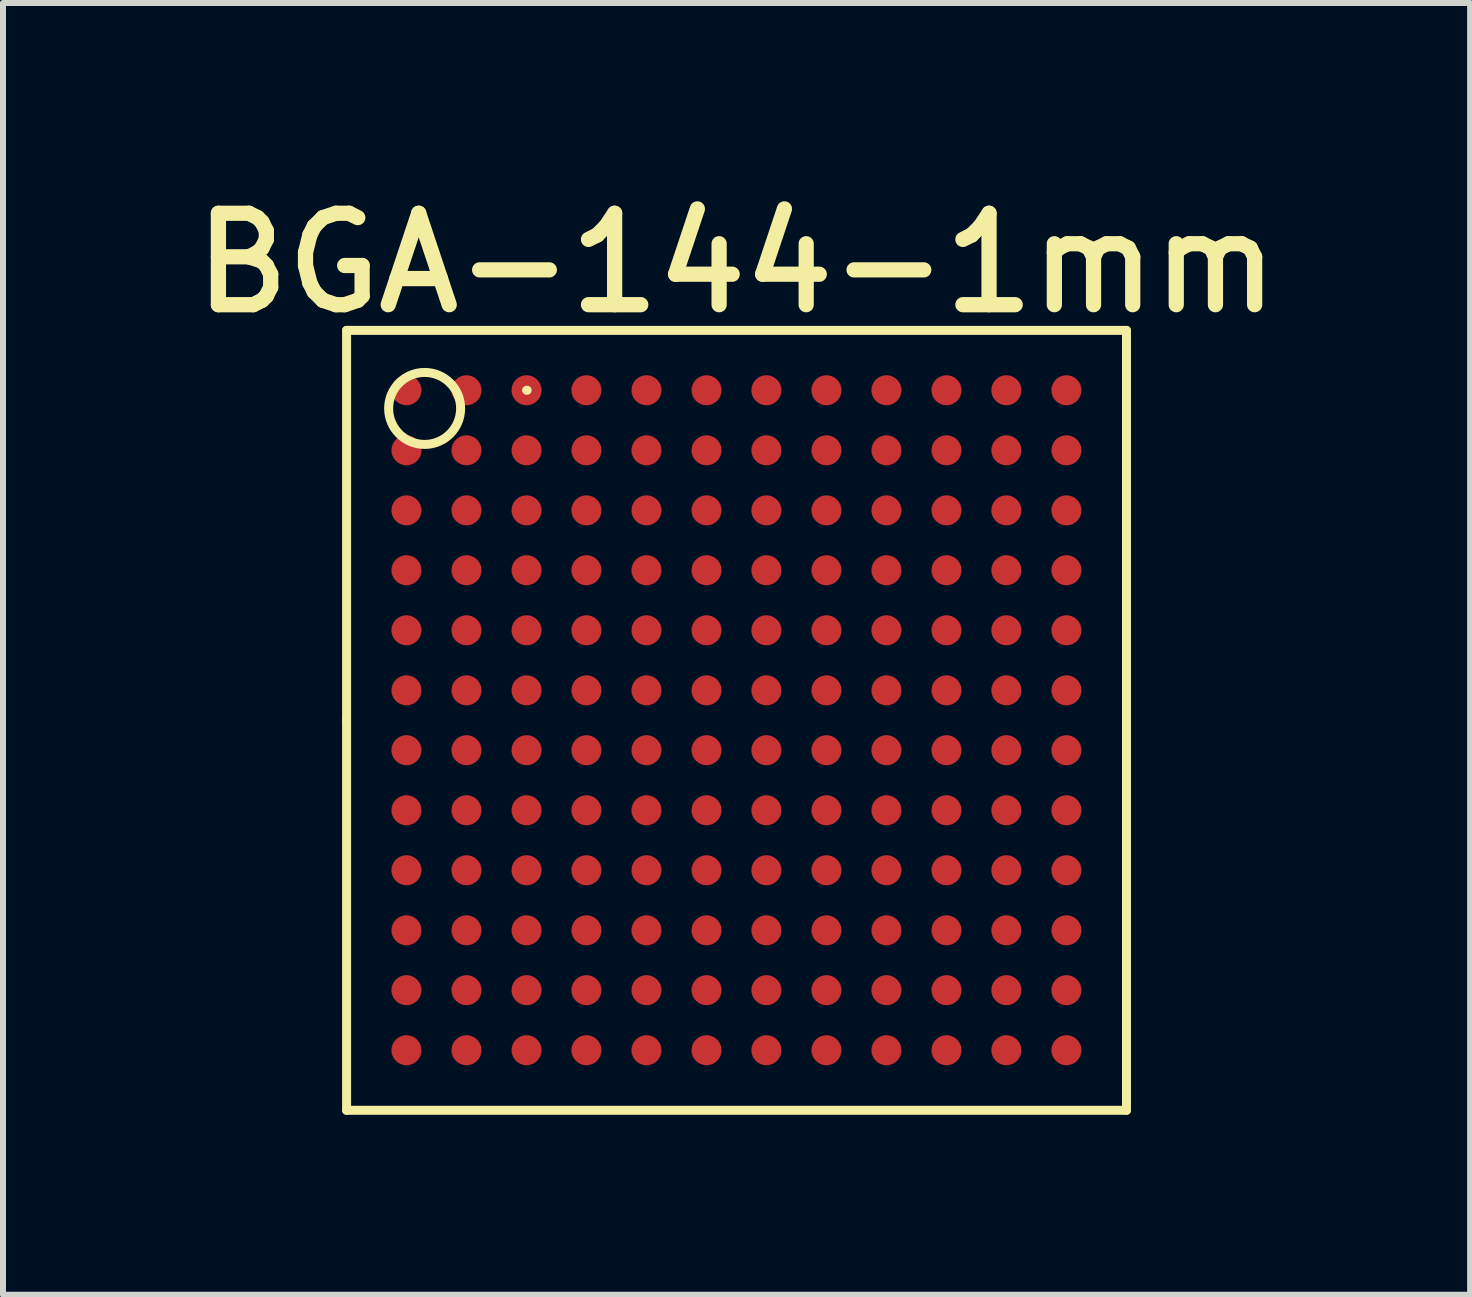
<source format=kicad_pcb>
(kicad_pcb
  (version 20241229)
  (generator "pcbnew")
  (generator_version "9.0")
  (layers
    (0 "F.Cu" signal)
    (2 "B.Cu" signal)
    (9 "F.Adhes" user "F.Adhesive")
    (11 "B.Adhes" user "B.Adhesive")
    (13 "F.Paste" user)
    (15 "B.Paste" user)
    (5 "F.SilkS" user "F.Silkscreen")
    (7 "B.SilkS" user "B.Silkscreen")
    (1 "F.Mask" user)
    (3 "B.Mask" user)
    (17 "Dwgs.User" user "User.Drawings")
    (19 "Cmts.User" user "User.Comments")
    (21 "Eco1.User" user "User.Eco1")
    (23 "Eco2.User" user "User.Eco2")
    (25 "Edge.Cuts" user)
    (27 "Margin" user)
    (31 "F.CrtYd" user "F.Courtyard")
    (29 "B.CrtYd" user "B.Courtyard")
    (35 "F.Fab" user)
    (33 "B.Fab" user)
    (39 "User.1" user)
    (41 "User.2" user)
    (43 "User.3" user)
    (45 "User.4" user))
  (footprint "BGA-144-1mm"
    (layer "F.Cu")
    (at 9.227 8.957)
    (property "Reference" "BGA-144-1mm" (at 0 -7.62 0) (layer "F.SilkS") (effects (font (size 1.524 1.524) (thickness 0.254))))
    (attr smd)
    (fp_line (start -6.5 -6.5) (end 6.5 -6.5) (stroke (width 0.15) (type solid)) (layer "F.SilkS"))
    (fp_line (start -6.5 0) (end -6.5 -6.5) (stroke (width 0.15) (type solid)) (layer "F.SilkS"))
    (fp_line (start -6.5 6.5) (end -6.5 0) (stroke (width 0.15) (type solid)) (layer "F.SilkS"))
    (fp_line (start -3.5 -5.502) (end -3.49 -5.502) (stroke (width 0.15) (type solid)) (layer "F.SilkS"))
    (fp_line (start 6.5 -6.5) (end 6.5 6.5) (stroke (width 0.15) (type solid)) (layer "F.SilkS"))
    (fp_line (start 6.5 6.5) (end -6.5 6.5) (stroke (width 0.15) (type solid)) (layer "F.SilkS"))
    (fp_circle (center -5.199 -5.199) (end -5.199 -5.799) (stroke (width 0.15) (type solid)) (fill no) (layer "F.SilkS"))
    (pad "A1" smd circle (at -5.502 -5.502) (size 0.5 0.5) (layers "F.Cu" "F.Mask" "F.Paste"))
    (pad "A2" smd circle (at -4.501 -5.502) (size 0.5 0.5) (layers "F.Cu" "F.Mask" "F.Paste"))
    (pad "A3" smd circle (at -3.5 -5.502) (size 0.5 0.5) (layers "F.Cu" "F.Mask" "F.Paste"))
    (pad "A4" smd circle (at -2.502 -5.502) (size 0.5 0.5) (layers "F.Cu" "F.Mask" "F.Paste"))
    (pad "A5" smd circle (at -1.501 -5.502) (size 0.5 0.5) (layers "F.Cu" "F.Mask" "F.Paste"))
    (pad "A6" smd circle (at -0.5 -5.502) (size 0.5 0.5) (layers "F.Cu" "F.Mask" "F.Paste"))
    (pad "A7" smd circle (at 0.498 -5.502) (size 0.5 0.5) (layers "F.Cu" "F.Mask" "F.Paste"))
    (pad "A8" smd circle (at 1.499 -5.502) (size 0.5 0.5) (layers "F.Cu" "F.Mask" "F.Paste"))
    (pad "A9" smd circle (at 2.499 -5.502) (size 0.5 0.5) (layers "F.Cu" "F.Mask" "F.Paste"))
    (pad "A10" smd circle (at 3.5 -5.502) (size 0.5 0.5) (layers "F.Cu" "F.Mask" "F.Paste"))
    (pad "A11" smd circle (at 4.498 -5.502) (size 0.5 0.5) (layers "F.Cu" "F.Mask" "F.Paste"))
    (pad "A12" smd circle (at 5.499 -5.502) (size 0.5 0.5) (layers "F.Cu" "F.Mask" "F.Paste"))
    (pad "B1" smd circle (at -5.502 -4.501) (size 0.5 0.5) (layers "F.Cu" "F.Mask" "F.Paste"))
    (pad "B2" smd circle (at -4.501 -4.501) (size 0.5 0.5) (layers "F.Cu" "F.Mask" "F.Paste"))
    (pad "B3" smd circle (at -3.5 -4.501) (size 0.5 0.5) (layers "F.Cu" "F.Mask" "F.Paste"))
    (pad "B4" smd circle (at -2.502 -4.501) (size 0.5 0.5) (layers "F.Cu" "F.Mask" "F.Paste"))
    (pad "B5" smd circle (at -1.501 -4.501) (size 0.5 0.5) (layers "F.Cu" "F.Mask" "F.Paste"))
    (pad "B6" smd circle (at -0.5 -4.501) (size 0.5 0.5) (layers "F.Cu" "F.Mask" "F.Paste"))
    (pad "B7" smd circle (at 0.498 -4.501) (size 0.5 0.5) (layers "F.Cu" "F.Mask" "F.Paste"))
    (pad "B8" smd circle (at 1.499 -4.501) (size 0.5 0.5) (layers "F.Cu" "F.Mask" "F.Paste"))
    (pad "B9" smd circle (at 2.499 -4.501) (size 0.5 0.5) (layers "F.Cu" "F.Mask" "F.Paste"))
    (pad "B10" smd circle (at 3.5 -4.501) (size 0.5 0.5) (layers "F.Cu" "F.Mask" "F.Paste"))
    (pad "B11" smd circle (at 4.498 -4.501) (size 0.5 0.5) (layers "F.Cu" "F.Mask" "F.Paste"))
    (pad "B12" smd circle (at 5.499 -4.501) (size 0.5 0.5) (layers "F.Cu" "F.Mask" "F.Paste"))
    (pad "C1" smd circle (at -5.502 -3.5) (size 0.5 0.5) (layers "F.Cu" "F.Mask" "F.Paste"))
    (pad "C2" smd circle (at -4.501 -3.5) (size 0.5 0.5) (layers "F.Cu" "F.Mask" "F.Paste"))
    (pad "C3" smd circle (at -3.5 -3.5) (size 0.5 0.5) (layers "F.Cu" "F.Mask" "F.Paste"))
    (pad "C4" smd circle (at -2.502 -3.5) (size 0.5 0.5) (layers "F.Cu" "F.Mask" "F.Paste"))
    (pad "C5" smd circle (at -1.501 -3.5) (size 0.5 0.5) (layers "F.Cu" "F.Mask" "F.Paste"))
    (pad "C6" smd circle (at -0.5 -3.5) (size 0.5 0.5) (layers "F.Cu" "F.Mask" "F.Paste"))
    (pad "C7" smd circle (at 0.498 -3.5) (size 0.5 0.5) (layers "F.Cu" "F.Mask" "F.Paste"))
    (pad "C8" smd circle (at 1.499 -3.5) (size 0.5 0.5) (layers "F.Cu" "F.Mask" "F.Paste"))
    (pad "C9" smd circle (at 2.499 -3.5) (size 0.5 0.5) (layers "F.Cu" "F.Mask" "F.Paste"))
    (pad "C10" smd circle (at 3.5 -3.5) (size 0.5 0.5) (layers "F.Cu" "F.Mask" "F.Paste"))
    (pad "C11" smd circle (at 4.498 -3.5) (size 0.5 0.5) (layers "F.Cu" "F.Mask" "F.Paste"))
    (pad "C12" smd circle (at 5.499 -3.5) (size 0.5 0.5) (layers "F.Cu" "F.Mask" "F.Paste"))
    (pad "D1" smd circle (at -5.502 -2.502) (size 0.5 0.5) (layers "F.Cu" "F.Mask" "F.Paste"))
    (pad "D2" smd circle (at -4.501 -2.502) (size 0.5 0.5) (layers "F.Cu" "F.Mask" "F.Paste"))
    (pad "D3" smd circle (at -3.5 -2.502) (size 0.5 0.5) (layers "F.Cu" "F.Mask" "F.Paste"))
    (pad "D4" smd circle (at -2.502 -2.502) (size 0.5 0.5) (layers "F.Cu" "F.Mask" "F.Paste"))
    (pad "D5" smd circle (at -1.501 -2.502) (size 0.5 0.5) (layers "F.Cu" "F.Mask" "F.Paste"))
    (pad "D6" smd circle (at -0.5 -2.502) (size 0.5 0.5) (layers "F.Cu" "F.Mask" "F.Paste"))
    (pad "D7" smd circle (at 0.498 -2.502) (size 0.5 0.5) (layers "F.Cu" "F.Mask" "F.Paste"))
    (pad "D8" smd circle (at 1.499 -2.502) (size 0.5 0.5) (layers "F.Cu" "F.Mask" "F.Paste"))
    (pad "D9" smd circle (at 2.499 -2.502) (size 0.5 0.5) (layers "F.Cu" "F.Mask" "F.Paste"))
    (pad "D10" smd circle (at 3.5 -2.502) (size 0.5 0.5) (layers "F.Cu" "F.Mask" "F.Paste"))
    (pad "D11" smd circle (at 4.498 -2.502) (size 0.5 0.5) (layers "F.Cu" "F.Mask" "F.Paste"))
    (pad "D12" smd circle (at 5.499 -2.502) (size 0.5 0.5) (layers "F.Cu" "F.Mask" "F.Paste"))
    (pad "E1" smd circle (at -5.502 -1.501) (size 0.5 0.5) (layers "F.Cu" "F.Mask" "F.Paste"))
    (pad "E2" smd circle (at -4.501 -1.501) (size 0.5 0.5) (layers "F.Cu" "F.Mask" "F.Paste"))
    (pad "E3" smd circle (at -3.5 -1.501) (size 0.5 0.5) (layers "F.Cu" "F.Mask" "F.Paste"))
    (pad "E4" smd circle (at -2.502 -1.501) (size 0.5 0.5) (layers "F.Cu" "F.Mask" "F.Paste"))
    (pad "E5" smd circle (at -1.501 -1.501) (size 0.5 0.5) (layers "F.Cu" "F.Mask" "F.Paste"))
    (pad "E6" smd circle (at -0.5 -1.501) (size 0.5 0.5) (layers "F.Cu" "F.Mask" "F.Paste"))
    (pad "E7" smd circle (at 0.498 -1.501) (size 0.5 0.5) (layers "F.Cu" "F.Mask" "F.Paste"))
    (pad "E8" smd circle (at 1.499 -1.501) (size 0.5 0.5) (layers "F.Cu" "F.Mask" "F.Paste"))
    (pad "E9" smd circle (at 2.499 -1.501) (size 0.5 0.5) (layers "F.Cu" "F.Mask" "F.Paste"))
    (pad "E10" smd circle (at 3.5 -1.501) (size 0.5 0.5) (layers "F.Cu" "F.Mask" "F.Paste"))
    (pad "E11" smd circle (at 4.498 -1.501) (size 0.5 0.5) (layers "F.Cu" "F.Mask" "F.Paste"))
    (pad "E12" smd circle (at 5.499 -1.501) (size 0.5 0.5) (layers "F.Cu" "F.Mask" "F.Paste"))
    (pad "F1" smd circle (at -5.502 -0.5) (size 0.5 0.5) (layers "F.Cu" "F.Mask" "F.Paste"))
    (pad "F2" smd circle (at -4.501 -0.5) (size 0.5 0.5) (layers "F.Cu" "F.Mask" "F.Paste"))
    (pad "F3" smd circle (at -3.5 -0.5) (size 0.5 0.5) (layers "F.Cu" "F.Mask" "F.Paste"))
    (pad "F4" smd circle (at -2.502 -0.5) (size 0.5 0.5) (layers "F.Cu" "F.Mask" "F.Paste"))
    (pad "F5" smd circle (at -1.501 -0.5) (size 0.5 0.5) (layers "F.Cu" "F.Mask" "F.Paste"))
    (pad "F6" smd circle (at -0.5 -0.5) (size 0.5 0.5) (layers "F.Cu" "F.Mask" "F.Paste"))
    (pad "F7" smd circle (at 0.498 -0.5) (size 0.5 0.5) (layers "F.Cu" "F.Mask" "F.Paste"))
    (pad "F8" smd circle (at 1.499 -0.5) (size 0.5 0.5) (layers "F.Cu" "F.Mask" "F.Paste"))
    (pad "F9" smd circle (at 2.499 -0.5) (size 0.5 0.5) (layers "F.Cu" "F.Mask" "F.Paste"))
    (pad "F10" smd circle (at 3.5 -0.5) (size 0.5 0.5) (layers "F.Cu" "F.Mask" "F.Paste"))
    (pad "F11" smd circle (at 4.498 -0.5) (size 0.5 0.5) (layers "F.Cu" "F.Mask" "F.Paste"))
    (pad "F12" smd circle (at 5.499 -0.5) (size 0.5 0.5) (layers "F.Cu" "F.Mask" "F.Paste"))
    (pad "G1" smd circle (at -5.502 0.498) (size 0.5 0.5) (layers "F.Cu" "F.Mask" "F.Paste"))
    (pad "G2" smd circle (at -4.501 0.498) (size 0.5 0.5) (layers "F.Cu" "F.Mask" "F.Paste"))
    (pad "G3" smd circle (at -3.5 0.498) (size 0.5 0.5) (layers "F.Cu" "F.Mask" "F.Paste"))
    (pad "G4" smd circle (at -2.502 0.498) (size 0.5 0.5) (layers "F.Cu" "F.Mask" "F.Paste"))
    (pad "G5" smd circle (at -1.501 0.498) (size 0.5 0.5) (layers "F.Cu" "F.Mask" "F.Paste"))
    (pad "G6" smd circle (at -0.5 0.498) (size 0.5 0.5) (layers "F.Cu" "F.Mask" "F.Paste"))
    (pad "G7" smd circle (at 0.498 0.498) (size 0.5 0.5) (layers "F.Cu" "F.Mask" "F.Paste"))
    (pad "G8" smd circle (at 1.499 0.498) (size 0.5 0.5) (layers "F.Cu" "F.Mask" "F.Paste"))
    (pad "G9" smd circle (at 2.499 0.498) (size 0.5 0.5) (layers "F.Cu" "F.Mask" "F.Paste"))
    (pad "G10" smd circle (at 3.5 0.498) (size 0.5 0.5) (layers "F.Cu" "F.Mask" "F.Paste"))
    (pad "G11" smd circle (at 4.498 0.498) (size 0.5 0.5) (layers "F.Cu" "F.Mask" "F.Paste"))
    (pad "G12" smd circle (at 5.499 0.498) (size 0.5 0.5) (layers "F.Cu" "F.Mask" "F.Paste"))
    (pad "H1" smd circle (at -5.502 1.499) (size 0.5 0.5) (layers "F.Cu" "F.Mask" "F.Paste"))
    (pad "H2" smd circle (at -4.501 1.499) (size 0.5 0.5) (layers "F.Cu" "F.Mask" "F.Paste"))
    (pad "H3" smd circle (at -3.5 1.499) (size 0.5 0.5) (layers "F.Cu" "F.Mask" "F.Paste"))
    (pad "H4" smd circle (at -2.502 1.499) (size 0.5 0.5) (layers "F.Cu" "F.Mask" "F.Paste"))
    (pad "H5" smd circle (at -1.501 1.499) (size 0.5 0.5) (layers "F.Cu" "F.Mask" "F.Paste"))
    (pad "H6" smd circle (at -0.5 1.499) (size 0.5 0.5) (layers "F.Cu" "F.Mask" "F.Paste"))
    (pad "H7" smd circle (at 0.498 1.499) (size 0.5 0.5) (layers "F.Cu" "F.Mask" "F.Paste"))
    (pad "H8" smd circle (at 1.499 1.499) (size 0.5 0.5) (layers "F.Cu" "F.Mask" "F.Paste"))
    (pad "H9" smd circle (at 2.499 1.499) (size 0.5 0.5) (layers "F.Cu" "F.Mask" "F.Paste"))
    (pad "H10" smd circle (at 3.5 1.499) (size 0.5 0.5) (layers "F.Cu" "F.Mask" "F.Paste"))
    (pad "H11" smd circle (at 4.498 1.499) (size 0.5 0.5) (layers "F.Cu" "F.Mask" "F.Paste"))
    (pad "H12" smd circle (at 5.499 1.499) (size 0.5 0.5) (layers "F.Cu" "F.Mask" "F.Paste"))
    (pad "J1" smd circle (at -5.502 2.499) (size 0.5 0.5) (layers "F.Cu" "F.Mask" "F.Paste"))
    (pad "J2" smd circle (at -4.501 2.499) (size 0.5 0.5) (layers "F.Cu" "F.Mask" "F.Paste"))
    (pad "J3" smd circle (at -3.5 2.499) (size 0.5 0.5) (layers "F.Cu" "F.Mask" "F.Paste"))
    (pad "J4" smd circle (at -2.502 2.499) (size 0.5 0.5) (layers "F.Cu" "F.Mask" "F.Paste"))
    (pad "J5" smd circle (at -1.501 2.499) (size 0.5 0.5) (layers "F.Cu" "F.Mask" "F.Paste"))
    (pad "J6" smd circle (at -0.5 2.499) (size 0.5 0.5) (layers "F.Cu" "F.Mask" "F.Paste"))
    (pad "J7" smd circle (at 0.498 2.499) (size 0.5 0.5) (layers "F.Cu" "F.Mask" "F.Paste"))
    (pad "J8" smd circle (at 1.499 2.499) (size 0.5 0.5) (layers "F.Cu" "F.Mask" "F.Paste"))
    (pad "J9" smd circle (at 2.499 2.499) (size 0.5 0.5) (layers "F.Cu" "F.Mask" "F.Paste"))
    (pad "J10" smd circle (at 3.5 2.499) (size 0.5 0.5) (layers "F.Cu" "F.Mask" "F.Paste"))
    (pad "J11" smd circle (at 4.498 2.499) (size 0.5 0.5) (layers "F.Cu" "F.Mask" "F.Paste"))
    (pad "J12" smd circle (at 5.499 2.499) (size 0.5 0.5) (layers "F.Cu" "F.Mask" "F.Paste"))
    (pad "K1" smd circle (at -5.502 3.5) (size 0.5 0.5) (layers "F.Cu" "F.Mask" "F.Paste"))
    (pad "K2" smd circle (at -4.501 3.5) (size 0.5 0.5) (layers "F.Cu" "F.Mask" "F.Paste"))
    (pad "K3" smd circle (at -3.5 3.5) (size 0.5 0.5) (layers "F.Cu" "F.Mask" "F.Paste"))
    (pad "K4" smd circle (at -2.502 3.5) (size 0.5 0.5) (layers "F.Cu" "F.Mask" "F.Paste"))
    (pad "K5" smd circle (at -1.501 3.5) (size 0.5 0.5) (layers "F.Cu" "F.Mask" "F.Paste"))
    (pad "K6" smd circle (at -0.5 3.5) (size 0.5 0.5) (layers "F.Cu" "F.Mask" "F.Paste"))
    (pad "K7" smd circle (at 0.498 3.5) (size 0.5 0.5) (layers "F.Cu" "F.Mask" "F.Paste"))
    (pad "K8" smd circle (at 1.499 3.5) (size 0.5 0.5) (layers "F.Cu" "F.Mask" "F.Paste"))
    (pad "K9" smd circle (at 2.499 3.5) (size 0.5 0.5) (layers "F.Cu" "F.Mask" "F.Paste"))
    (pad "K10" smd circle (at 3.5 3.5) (size 0.5 0.5) (layers "F.Cu" "F.Mask" "F.Paste"))
    (pad "K11" smd circle (at 4.498 3.5) (size 0.5 0.5) (layers "F.Cu" "F.Mask" "F.Paste"))
    (pad "K12" smd circle (at 5.499 3.5) (size 0.5 0.5) (layers "F.Cu" "F.Mask" "F.Paste"))
    (pad "L1" smd circle (at -5.502 4.498) (size 0.5 0.5) (layers "F.Cu" "F.Mask" "F.Paste"))
    (pad "L2" smd circle (at -4.501 4.498) (size 0.5 0.5) (layers "F.Cu" "F.Mask" "F.Paste"))
    (pad "L3" smd circle (at -3.5 4.498) (size 0.5 0.5) (layers "F.Cu" "F.Mask" "F.Paste"))
    (pad "L4" smd circle (at -2.502 4.498) (size 0.5 0.5) (layers "F.Cu" "F.Mask" "F.Paste"))
    (pad "L5" smd circle (at -1.501 4.498) (size 0.5 0.5) (layers "F.Cu" "F.Mask" "F.Paste"))
    (pad "L6" smd circle (at -0.5 4.498) (size 0.5 0.5) (layers "F.Cu" "F.Mask" "F.Paste"))
    (pad "L7" smd circle (at 0.498 4.498) (size 0.5 0.5) (layers "F.Cu" "F.Mask" "F.Paste"))
    (pad "L8" smd circle (at 1.499 4.498) (size 0.5 0.5) (layers "F.Cu" "F.Mask" "F.Paste"))
    (pad "L9" smd circle (at 2.499 4.498) (size 0.5 0.5) (layers "F.Cu" "F.Mask" "F.Paste"))
    (pad "L10" smd circle (at 3.5 4.498) (size 0.5 0.5) (layers "F.Cu" "F.Mask" "F.Paste"))
    (pad "L11" smd circle (at 4.498 4.498) (size 0.5 0.5) (layers "F.Cu" "F.Mask" "F.Paste"))
    (pad "L12" smd circle (at 5.499 4.498) (size 0.5 0.5) (layers "F.Cu" "F.Mask" "F.Paste"))
    (pad "M1" smd circle (at -5.502 5.499) (size 0.5 0.5) (layers "F.Cu" "F.Mask" "F.Paste"))
    (pad "M2" smd circle (at -4.501 5.499) (size 0.5 0.5) (layers "F.Cu" "F.Mask" "F.Paste"))
    (pad "M3" smd circle (at -3.5 5.499) (size 0.5 0.5) (layers "F.Cu" "F.Mask" "F.Paste"))
    (pad "M4" smd circle (at -2.502 5.499) (size 0.5 0.5) (layers "F.Cu" "F.Mask" "F.Paste"))
    (pad "M5" smd circle (at -1.501 5.499) (size 0.5 0.5) (layers "F.Cu" "F.Mask" "F.Paste"))
    (pad "M6" smd circle (at -0.5 5.499) (size 0.5 0.5) (layers "F.Cu" "F.Mask" "F.Paste"))
    (pad "M7" smd circle (at 0.498 5.499) (size 0.5 0.5) (layers "F.Cu" "F.Mask" "F.Paste"))
    (pad "M8" smd circle (at 1.499 5.499) (size 0.5 0.5) (layers "F.Cu" "F.Mask" "F.Paste"))
    (pad "M9" smd circle (at 2.499 5.499) (size 0.5 0.5) (layers "F.Cu" "F.Mask" "F.Paste"))
    (pad "M10" smd circle (at 3.5 5.499) (size 0.5 0.5) (layers "F.Cu" "F.Mask" "F.Paste"))
    (pad "M11" smd circle (at 4.498 5.499) (size 0.5 0.5) (layers "F.Cu" "F.Mask" "F.Paste"))
    (pad "M12" smd circle (at 5.499 5.499) (size 0.5 0.5) (layers "F.Cu" "F.Mask" "F.Paste")))
  (gr_rect
    (start -3 -3)
    (end 21.455 18.532)
    (stroke (width 0.1) (type default))
    (fill no)
    (layer "Edge.Cuts")))
</source>
